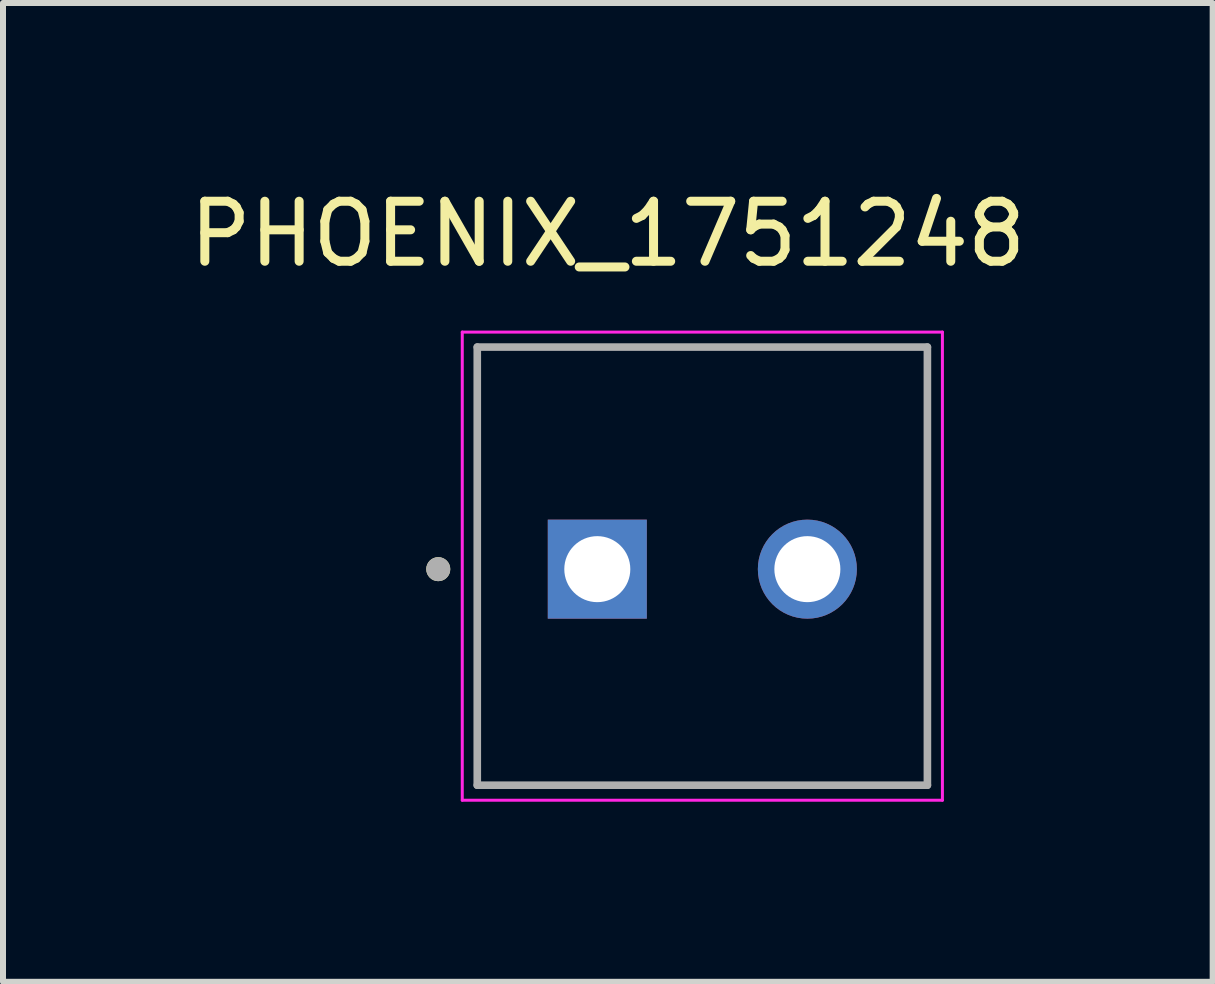
<source format=kicad_pcb>
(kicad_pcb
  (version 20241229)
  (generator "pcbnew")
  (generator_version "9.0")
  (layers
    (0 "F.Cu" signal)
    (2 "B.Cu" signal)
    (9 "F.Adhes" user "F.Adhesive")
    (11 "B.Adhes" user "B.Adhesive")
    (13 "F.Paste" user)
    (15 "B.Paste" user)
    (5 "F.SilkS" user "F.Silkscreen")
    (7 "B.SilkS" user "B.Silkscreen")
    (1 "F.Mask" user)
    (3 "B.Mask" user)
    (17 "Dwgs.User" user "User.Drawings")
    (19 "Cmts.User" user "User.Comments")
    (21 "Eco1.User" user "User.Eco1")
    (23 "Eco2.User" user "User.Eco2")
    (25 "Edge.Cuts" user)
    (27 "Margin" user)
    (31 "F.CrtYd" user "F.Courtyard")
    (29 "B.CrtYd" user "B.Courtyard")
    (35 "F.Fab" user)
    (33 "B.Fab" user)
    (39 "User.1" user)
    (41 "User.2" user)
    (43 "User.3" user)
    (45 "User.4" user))
  (footprint "PHOENIX_1751248"
    (layer "F.Cu")
    (at 4.902 10.033)
    (property "Reference" "PHOENIX_1751248" (at 2.175 -9.185 0) (layer "F.SilkS") (effects (font (size 1 1) (thickness 0.15))))
    (attr through_hole)
    (fp_circle (center -0.65 -3.6) (end -0.55 -3.6) (stroke (width 0.2) (type solid)) (fill no) (layer "F.SilkS"))
    (fp_line (start -0.25 -7.55) (end 7.75 -7.55) (stroke (width 0.05) (type solid)) (layer "F.CrtYd"))
    (fp_line (start -0.25 0.25) (end -0.25 -7.55) (stroke (width 0.05) (type solid)) (layer "F.CrtYd"))
    (fp_line (start 7.75 -7.55) (end 7.75 0.25) (stroke (width 0.05) (type solid)) (layer "F.CrtYd"))
    (fp_line (start 7.75 0.25) (end -0.25 0.25) (stroke (width 0.05) (type solid)) (layer "F.CrtYd"))
    (fp_line (start 0 -7.3) (end 7.5 -7.3) (stroke (width 0.127) (type solid)) (layer "F.Fab"))
    (fp_line (start 0 0) (end 0 -7.3) (stroke (width 0.127) (type solid)) (layer "F.Fab"))
    (fp_line (start 7.5 -7.3) (end 7.5 0) (stroke (width 0.127) (type solid)) (layer "F.Fab"))
    (fp_line (start 7.5 0) (end 0 0) (stroke (width 0.127) (type solid)) (layer "F.Fab"))
    (fp_circle (center -0.65 -3.6) (end -0.55 -3.6) (stroke (width 0.2) (type solid)) (fill no) (layer "F.Fab"))
    (pad "01" thru_hole rect (at 2 -3.6) (size 1.65 1.65) (drill 1.1) (layers "*.Cu" "*.Mask"))
    (pad "02" thru_hole circle (at 5.5 -3.6) (size 1.65 1.65) (drill 1.1) (layers "*.Cu" "*.Mask")))
  (gr_rect
    (start -3 -3)
    (end 17.155 13.308)
    (stroke (width 0.1) (type default))
    (fill no)
    (layer "Edge.Cuts")))
</source>
